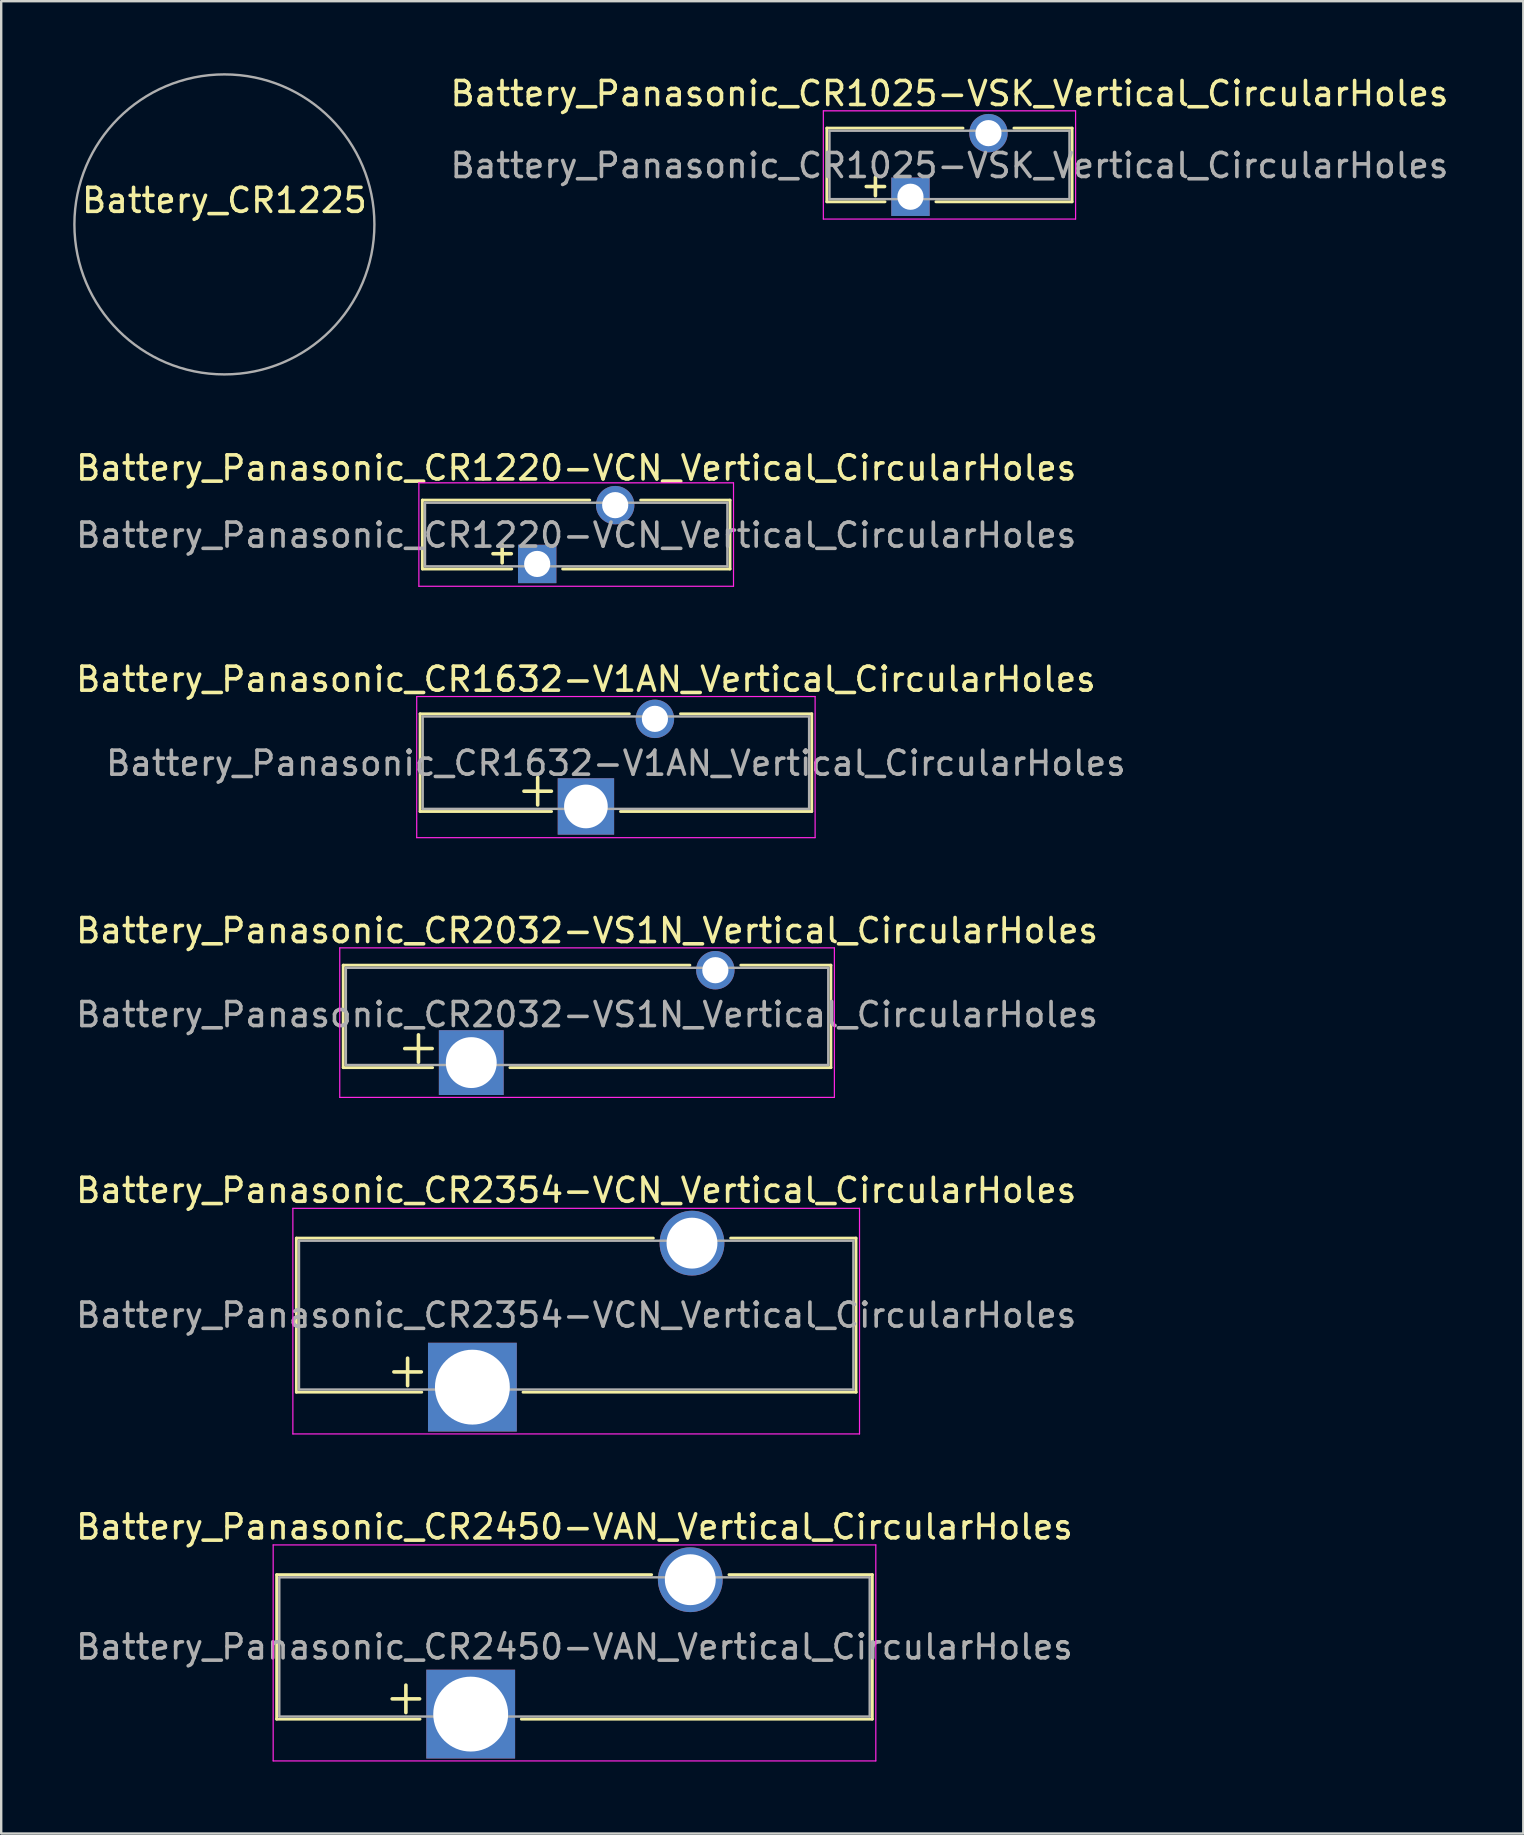
<source format=kicad_pcb>
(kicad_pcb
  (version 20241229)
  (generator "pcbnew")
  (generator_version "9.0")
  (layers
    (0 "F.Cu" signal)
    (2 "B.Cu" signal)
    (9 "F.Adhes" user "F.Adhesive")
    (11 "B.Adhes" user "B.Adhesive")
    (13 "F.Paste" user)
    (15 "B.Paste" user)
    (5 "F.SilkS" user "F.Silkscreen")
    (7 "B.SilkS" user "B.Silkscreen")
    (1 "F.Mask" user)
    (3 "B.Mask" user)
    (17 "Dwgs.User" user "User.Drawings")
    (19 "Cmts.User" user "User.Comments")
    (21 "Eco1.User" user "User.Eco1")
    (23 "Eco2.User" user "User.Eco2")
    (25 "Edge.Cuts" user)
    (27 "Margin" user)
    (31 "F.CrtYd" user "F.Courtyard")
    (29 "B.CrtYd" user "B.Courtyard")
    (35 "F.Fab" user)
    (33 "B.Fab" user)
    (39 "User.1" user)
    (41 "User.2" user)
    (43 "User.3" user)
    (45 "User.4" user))
  (footprint "Battery_Panasonic_CR2450-VAN_Vertical_CircularHoles"
    (layer "F.Cu")
    (at 16.562 68.371)
    (property "Reference" "Battery_Panasonic_CR2450-VAN_Vertical_CircularHoles" (at 4.325 -7.8 0) (layer "F.SilkS") (effects (font (size 1 1) (thickness 0.15))))
    (attr through_hole)
    (fp_line (start -8.085 -5.81) (end -8.085 0.21) (stroke (width 0.12) (type solid)) (layer "F.SilkS"))
    (fp_line (start -8.085 -5.81) (end 7.54 -5.81) (stroke (width 0.12) (type solid)) (layer "F.SilkS"))
    (fp_line (start -8.085 0.21) (end -2.11 0.21) (stroke (width 0.12) (type solid)) (layer "F.SilkS"))
    (fp_line (start 2.11 0.21) (end 16.735 0.21) (stroke (width 0.12) (type solid)) (layer "F.SilkS"))
    (fp_line (start 10.76 -5.81) (end 16.735 -5.81) (stroke (width 0.12) (type solid)) (layer "F.SilkS"))
    (fp_line (start 16.735 -5.81) (end 16.735 0.21) (stroke (width 0.12) (type solid)) (layer "F.SilkS"))
    (fp_line (start -8.23 -7.05) (end -8.23 1.95) (stroke (width 0.05) (type solid)) (layer "F.CrtYd"))
    (fp_line (start -8.23 -7.05) (end 16.88 -7.05) (stroke (width 0.05) (type solid)) (layer "F.CrtYd"))
    (fp_line (start -8.23 1.95) (end 16.88 1.95) (stroke (width 0.05) (type solid)) (layer "F.CrtYd"))
    (fp_line (start 16.88 -7.05) (end 16.88 1.95) (stroke (width 0.05) (type solid)) (layer "F.CrtYd"))
    (fp_line (start -7.975 -5.7) (end -7.975 0.1) (stroke (width 0.1) (type solid)) (layer "F.Fab"))
    (fp_line (start -7.975 -5.7) (end 16.625 -5.7) (stroke (width 0.1) (type solid)) (layer "F.Fab"))
    (fp_line (start -7.975 0.1) (end 16.625 0.1) (stroke (width 0.1) (type solid)) (layer "F.Fab"))
    (fp_line (start 16.625 -5.7) (end 16.625 0.1) (stroke (width 0.1) (type solid)) (layer "F.Fab"))
    (fp_text user "+" (at -2.7 -0.75 0) (layer "F.SilkS") (effects (font (size 1.5 1.5) (thickness 0.15))))
    (fp_text user "${REFERENCE}" (at 4.325 -2.8 180) (layer "F.Fab") (effects (font (size 1 1) (thickness 0.15))))
    (pad "1" thru_hole rect (at 0 0) (size 3.7 3.7) (drill 3.12) (layers "*.Cu" "*.Mask"))
    (pad "2" thru_hole circle (at 9.15 -5.6) (size 2.7 2.7) (drill 2.12) (layers "*.Cu" "*.Mask")))
  (footprint "Battery_Panasonic_CR1025-VSK_Vertical_CircularHoles"
    (layer "F.Cu")
    (at 34.886 5.148)
    (property "Reference" "Battery_Panasonic_CR1025-VSK_Vertical_CircularHoles" (at 1.625 -4.3 0) (layer "F.SilkS") (effects (font (size 1 1) (thickness 0.15))))
    (attr through_hole)
    (fp_line (start -3.485 -2.86) (end 2.19 -2.86) (stroke (width 0.12) (type solid)) (layer "F.SilkS"))
    (fp_line (start -3.485 0.21) (end -3.485 -2.86) (stroke (width 0.12) (type solid)) (layer "F.SilkS"))
    (fp_line (start -3.485 0.21) (end -1.06 0.21) (stroke (width 0.12) (type solid)) (layer "F.SilkS"))
    (fp_line (start 1.06 0.21) (end 6.735 0.21) (stroke (width 0.12) (type solid)) (layer "F.SilkS"))
    (fp_line (start 4.31 -2.86) (end 6.735 -2.86) (stroke (width 0.12) (type solid)) (layer "F.SilkS"))
    (fp_line (start 6.735 0.21) (end 6.735 -2.86) (stroke (width 0.12) (type solid)) (layer "F.SilkS"))
    (fp_line (start -3.63 -3.58) (end -3.63 0.93) (stroke (width 0.05) (type solid)) (layer "F.CrtYd"))
    (fp_line (start -3.63 -3.58) (end 6.88 -3.58) (stroke (width 0.05) (type solid)) (layer "F.CrtYd"))
    (fp_line (start -3.63 0.93) (end 6.88 0.93) (stroke (width 0.05) (type solid)) (layer "F.CrtYd"))
    (fp_line (start 6.88 -3.58) (end 6.88 0.93) (stroke (width 0.05) (type solid)) (layer "F.CrtYd"))
    (fp_line (start -3.375 -2.75) (end -3.375 0.1) (stroke (width 0.1) (type solid)) (layer "F.Fab"))
    (fp_line (start -3.375 -2.75) (end 6.625 -2.75) (stroke (width 0.1) (type solid)) (layer "F.Fab"))
    (fp_line (start -3.375 0.1) (end 6.625 0.1) (stroke (width 0.1) (type solid)) (layer "F.Fab"))
    (fp_line (start 6.625 -2.75) (end 6.625 0.1) (stroke (width 0.1) (type solid)) (layer "F.Fab"))
    (fp_text user "+" (at -1.46 -0.5 0) (layer "F.SilkS") (effects (font (size 1 1) (thickness 0.15))))
    (fp_text user "${REFERENCE}" (at 1.625 -1.3 180) (layer "F.Fab") (effects (font (size 1 1) (thickness 0.15))))
    (pad "1" thru_hole rect (at 0 0) (size 1.6 1.6) (drill 1.09) (layers "*.Cu" "*.Mask"))
    (pad "2" thru_hole circle (at 3.25 -2.65) (size 1.6 1.6) (drill 1.09) (layers "*.Cu" "*.Mask")))
  (footprint "Battery_CR1225"
    (layer "F.Cu")
    (at 6.3 6.3)
    (property "Reference" "Battery_CR1225" (at 0 -1 0) (layer "F.SilkS") (effects (font (size 1 1) (thickness 0.15))))
    (attr exclude_from_pos_files exclude_from_bom)
    (fp_circle (center 0 0) (end 6.25 0) (stroke (width 0.1) (type solid)) (fill no) (layer "F.Fab")))
  (footprint "Battery_Panasonic_CR1220-VCN_Vertical_CircularHoles"
    (layer "F.Cu")
    (at 19.333 20.448)
    (property "Reference" "Battery_Panasonic_CR1220-VCN_Vertical_CircularHoles" (at 1.625 -4 0) (layer "F.SilkS") (effects (font (size 1 1) (thickness 0.15))))
    (attr through_hole)
    (fp_line (start -4.785 -2.66) (end 2.19 -2.66) (stroke (width 0.12) (type solid)) (layer "F.SilkS"))
    (fp_line (start -4.785 0.21) (end -4.785 -2.66) (stroke (width 0.12) (type solid)) (layer "F.SilkS"))
    (fp_line (start -4.78 0.21) (end -1.06 0.21) (stroke (width 0.12) (type solid)) (layer "F.SilkS"))
    (fp_line (start 1.06 0.21) (end 8.035 0.21) (stroke (width 0.12) (type solid)) (layer "F.SilkS"))
    (fp_line (start 4.31 -2.66) (end 8.035 -2.66) (stroke (width 0.12) (type solid)) (layer "F.SilkS"))
    (fp_line (start 8.035 0.21) (end 8.035 -2.66) (stroke (width 0.12) (type solid)) (layer "F.SilkS"))
    (fp_line (start -4.93 -3.38) (end 8.18 -3.38) (stroke (width 0.05) (type solid)) (layer "F.CrtYd"))
    (fp_line (start -4.93 0.93) (end -4.93 -3.38) (stroke (width 0.05) (type solid)) (layer "F.CrtYd"))
    (fp_line (start -4.93 0.93) (end 8.18 0.93) (stroke (width 0.05) (type solid)) (layer "F.CrtYd"))
    (fp_line (start 8.18 0.93) (end 8.18 -3.38) (stroke (width 0.05) (type solid)) (layer "F.CrtYd"))
    (fp_line (start -4.675 -2.55) (end 7.925 -2.55) (stroke (width 0.1) (type solid)) (layer "F.Fab"))
    (fp_line (start -4.675 0.1) (end -4.675 -2.55) (stroke (width 0.1) (type solid)) (layer "F.Fab"))
    (fp_line (start -4.675 0.1) (end 7.925 0.1) (stroke (width 0.1) (type solid)) (layer "F.Fab"))
    (fp_line (start 7.925 0.1) (end 7.925 -2.55) (stroke (width 0.1) (type solid)) (layer "F.Fab"))
    (fp_text user "+" (at -1.46 -0.5 0) (layer "F.SilkS") (effects (font (size 1 1) (thickness 0.15))))
    (fp_text user "${REFERENCE}" (at 1.625 -1.2 180) (layer "F.Fab") (effects (font (size 1 1) (thickness 0.15))))
    (pad "1" thru_hole rect (at 0 0 90) (size 1.6 1.6) (drill 1.09) (layers "*.Cu" "*.Mask"))
    (pad "2" thru_hole circle (at 3.25 -2.45) (size 1.6 1.6) (drill 1.09) (layers "*.Cu" "*.Mask")))
  (footprint "Battery_Panasonic_CR2032-VS1N_Vertical_CircularHoles"
    (layer "F.Cu")
    (at 16.586 41.225)
    (property "Reference" "Battery_Panasonic_CR2032-VS1N_Vertical_CircularHoles" (at 4.825 -5.5 0) (layer "F.SilkS") (effects (font (size 1 1) (thickness 0.15))))
    (attr through_hole)
    (fp_line (start -5.335 -4.06) (end -5.335 0.21) (stroke (width 0.12) (type solid)) (layer "F.SilkS"))
    (fp_line (start -5.335 -4.06) (end 9.11 -4.06) (stroke (width 0.12) (type solid)) (layer "F.SilkS"))
    (fp_line (start -5.335 0.21) (end -1.61 0.21) (stroke (width 0.12) (type solid)) (layer "F.SilkS"))
    (fp_line (start 1.61 0.21) (end 14.985 0.21) (stroke (width 0.12) (type solid)) (layer "F.SilkS"))
    (fp_line (start 11.23 -4.06) (end 14.985 -4.06) (stroke (width 0.12) (type solid)) (layer "F.SilkS"))
    (fp_line (start 14.985 -4.06) (end 14.985 0.21) (stroke (width 0.12) (type solid)) (layer "F.SilkS"))
    (fp_line (start -5.48 -4.78) (end -5.48 1.45) (stroke (width 0.05) (type solid)) (layer "F.CrtYd"))
    (fp_line (start -5.48 -4.78) (end 15.13 -4.78) (stroke (width 0.05) (type solid)) (layer "F.CrtYd"))
    (fp_line (start -5.48 1.45) (end 15.13 1.45) (stroke (width 0.05) (type solid)) (layer "F.CrtYd"))
    (fp_line (start 15.13 -4.78) (end 15.13 1.45) (stroke (width 0.05) (type solid)) (layer "F.CrtYd"))
    (fp_line (start -5.225 -3.95) (end -5.225 0.1) (stroke (width 0.1) (type solid)) (layer "F.Fab"))
    (fp_line (start -5.225 -3.95) (end 14.875 -3.95) (stroke (width 0.1) (type solid)) (layer "F.Fab"))
    (fp_line (start -5.225 0.1) (end 14.875 0.1) (stroke (width 0.1) (type solid)) (layer "F.Fab"))
    (fp_line (start 14.875 -3.95) (end 14.875 0.1) (stroke (width 0.1) (type solid)) (layer "F.Fab"))
    (fp_text user "+" (at -2.2 -0.7 0) (layer "F.SilkS") (effects (font (size 1.5 1.5) (thickness 0.15))))
    (fp_text user "${REFERENCE}" (at 4.825 -2 180) (layer "F.Fab") (effects (font (size 1 1) (thickness 0.15))))
    (pad "1" thru_hole rect (at 0 0 90) (size 2.7 2.7) (drill 2.12) (layers "*.Cu" "*.Mask"))
    (pad "2" thru_hole circle (at 10.17 -3.85) (size 1.6 1.6) (drill 1.09) (layers "*.Cu" "*.Mask")))
  (footprint "Battery_Panasonic_CR1632-V1AN_Vertical_CircularHoles"
    (layer "F.Cu")
    (at 21.363 30.552)
    (property "Reference" "Battery_Panasonic_CR1632-V1AN_Vertical_CircularHoles" (at 0 -5.3 0) (layer "F.SilkS") (effects (font (size 1 1) (thickness 0.15))))
    (attr through_hole)
    (fp_line (start -6.91 -3.86) (end 1.81 -3.86) (stroke (width 0.12) (type solid)) (layer "F.SilkS"))
    (fp_line (start -6.91 0.21) (end -6.91 -3.86) (stroke (width 0.12) (type solid)) (layer "F.SilkS"))
    (fp_line (start -6.91 0.21) (end -1.43 0.21) (stroke (width 0.12) (type solid)) (layer "F.SilkS"))
    (fp_line (start 1.44 0.21) (end 9.41 0.21) (stroke (width 0.12) (type solid)) (layer "F.SilkS"))
    (fp_line (start 3.94 -3.86) (end 9.41 -3.86) (stroke (width 0.12) (type solid)) (layer "F.SilkS"))
    (fp_line (start 9.41 0.21) (end 9.41 -3.86) (stroke (width 0.12) (type solid)) (layer "F.SilkS"))
    (fp_line (start -7.05 -4.58) (end 9.55 -4.58) (stroke (width 0.05) (type solid)) (layer "F.CrtYd"))
    (fp_line (start -7.05 1.3) (end -7.05 -4.58) (stroke (width 0.05) (type solid)) (layer "F.CrtYd"))
    (fp_line (start -7.05 1.3) (end 9.55 1.3) (stroke (width 0.05) (type solid)) (layer "F.CrtYd"))
    (fp_line (start 9.55 1.3) (end 9.55 -4.58) (stroke (width 0.05) (type solid)) (layer "F.CrtYd"))
    (fp_line (start -6.8 -3.75) (end 9.3 -3.75) (stroke (width 0.1) (type solid)) (layer "F.Fab"))
    (fp_line (start -6.8 0.1) (end -6.8 -3.75) (stroke (width 0.1) (type solid)) (layer "F.Fab"))
    (fp_line (start -6.8 0.1) (end 9.3 0.1) (stroke (width 0.1) (type solid)) (layer "F.Fab"))
    (fp_line (start 9.3 0.1) (end 9.3 -3.75) (stroke (width 0.1) (type solid)) (layer "F.Fab"))
    (fp_text user "+" (at -2.01 -0.75 0) (layer "F.SilkS") (effects (font (size 1.5 1.5) (thickness 0.15))))
    (fp_text user "${REFERENCE}" (at 1.25 -1.8 180) (layer "F.Fab") (effects (font (size 1 1) (thickness 0.15))))
    (pad "1" thru_hole rect (at 0 0 90) (size 2.35 2.35) (drill 1.82) (layers "*.Cu" "*.Mask"))
    (pad "2" thru_hole circle (at 2.875 -3.65) (size 1.6 1.6) (drill 1.09) (layers "*.Cu" "*.Mask")))
  (footprint "Battery_Panasonic_CR2354-VCN_Vertical_CircularHoles"
    (layer "F.Cu")
    (at 16.633 54.748)
    (property "Reference" "Battery_Panasonic_CR2354-VCN_Vertical_CircularHoles" (at 4.325 -8.2 0) (layer "F.SilkS") (effects (font (size 1 1) (thickness 0.15))))
    (attr through_hole)
    (fp_line (start -7.335 -6.21) (end -7.335 0.21) (stroke (width 0.12) (type solid)) (layer "F.SilkS"))
    (fp_line (start -7.335 -6.21) (end 7.54 -6.21) (stroke (width 0.12) (type solid)) (layer "F.SilkS"))
    (fp_line (start -7.335 0.21) (end -2.11 0.21) (stroke (width 0.12) (type solid)) (layer "F.SilkS"))
    (fp_line (start 2.11 0.21) (end 15.992 0.21) (stroke (width 0.12) (type solid)) (layer "F.SilkS"))
    (fp_line (start 10.76 -6.21) (end 15.985 -6.21) (stroke (width 0.12) (type solid)) (layer "F.SilkS"))
    (fp_line (start 15.985 -6.21) (end 15.985 0.21) (stroke (width 0.12) (type solid)) (layer "F.SilkS"))
    (fp_line (start -7.48 -7.45) (end -7.48 1.95) (stroke (width 0.05) (type solid)) (layer "F.CrtYd"))
    (fp_line (start -7.48 -7.45) (end 16.13 -7.45) (stroke (width 0.05) (type solid)) (layer "F.CrtYd"))
    (fp_line (start -7.48 1.95) (end 16.13 1.95) (stroke (width 0.05) (type solid)) (layer "F.CrtYd"))
    (fp_line (start 16.13 -7.45) (end 16.13 1.95) (stroke (width 0.05) (type solid)) (layer "F.CrtYd"))
    (fp_line (start -7.225 -6.1) (end -7.225 0.1) (stroke (width 0.1) (type solid)) (layer "F.Fab"))
    (fp_line (start -7.225 -6.1) (end 15.875 -6.1) (stroke (width 0.1) (type solid)) (layer "F.Fab"))
    (fp_line (start -7.225 0.1) (end 15.875 0.1) (stroke (width 0.1) (type solid)) (layer "F.Fab"))
    (fp_line (start 15.875 -6.1) (end 15.875 0.1) (stroke (width 0.1) (type solid)) (layer "F.Fab"))
    (fp_text user "+" (at -2.7 -0.75 0) (layer "F.SilkS") (effects (font (size 1.5 1.5) (thickness 0.15))))
    (fp_text user "${REFERENCE}" (at 4.325 -3 180) (layer "F.Fab") (effects (font (size 1 1) (thickness 0.15))))
    (pad "1" thru_hole rect (at 0 0) (size 3.7 3.7) (drill 3.12) (layers "*.Cu" "*.Mask"))
    (pad "2" thru_hole circle (at 9.15 -6) (size 2.7 2.7) (drill 2.12) (layers "*.Cu" "*.Mask")))
  (gr_rect
    (start -3 -3)
    (end 60.421 73.346)
    (stroke (width 0.1) (type default))
    (fill no)
    (layer "Edge.Cuts")))
</source>
